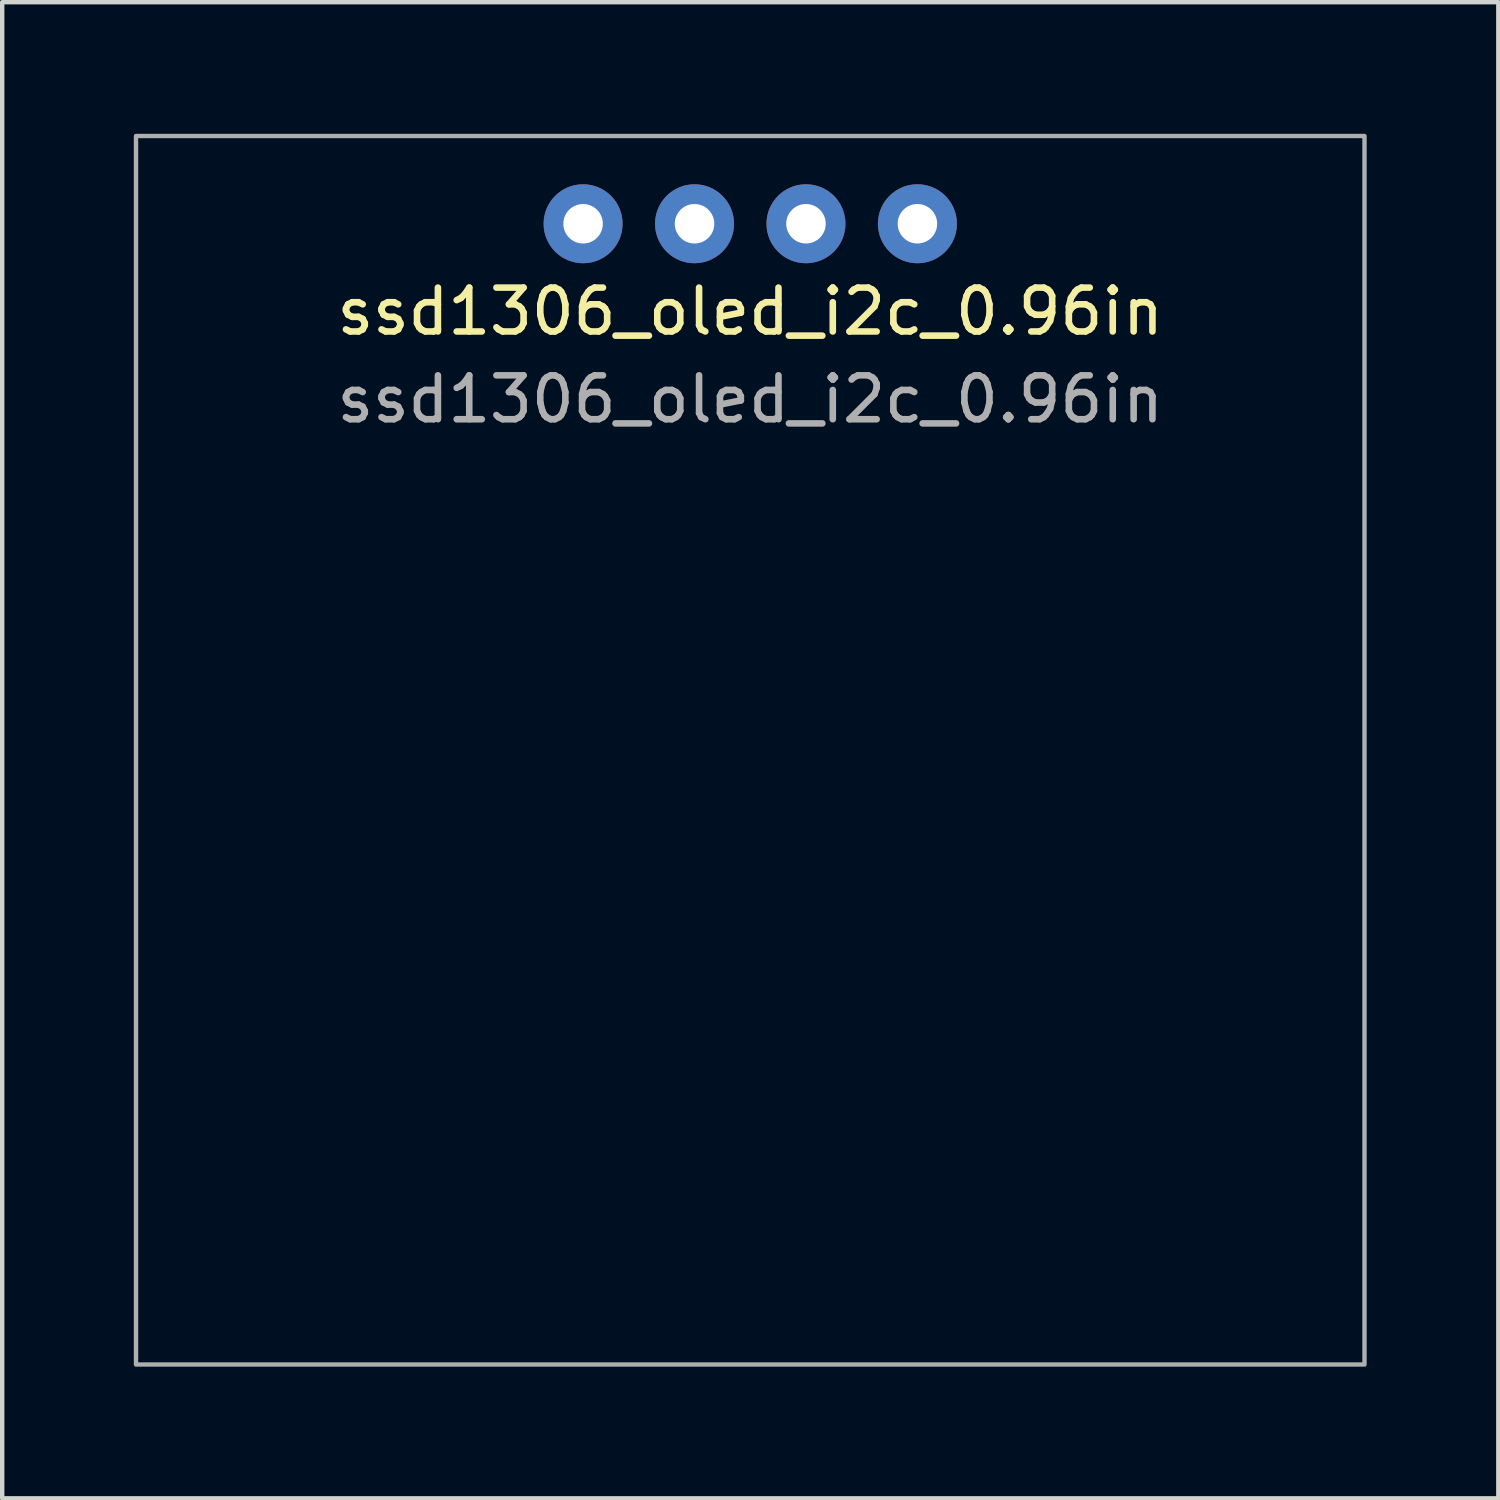
<source format=kicad_pcb>
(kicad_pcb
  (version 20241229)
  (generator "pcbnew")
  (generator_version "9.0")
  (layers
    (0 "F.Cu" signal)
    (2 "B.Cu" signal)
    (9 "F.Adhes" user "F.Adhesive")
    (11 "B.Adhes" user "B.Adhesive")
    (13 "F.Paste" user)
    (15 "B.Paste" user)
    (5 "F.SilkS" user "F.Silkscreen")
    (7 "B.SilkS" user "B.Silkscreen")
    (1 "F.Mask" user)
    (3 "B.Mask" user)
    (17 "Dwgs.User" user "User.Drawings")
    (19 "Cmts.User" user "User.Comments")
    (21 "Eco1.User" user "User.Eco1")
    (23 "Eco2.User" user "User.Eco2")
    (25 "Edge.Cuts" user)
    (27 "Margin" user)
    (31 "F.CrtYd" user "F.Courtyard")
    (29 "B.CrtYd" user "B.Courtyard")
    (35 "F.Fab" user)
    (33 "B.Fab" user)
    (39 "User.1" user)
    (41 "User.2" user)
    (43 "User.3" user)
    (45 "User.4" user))
  (footprint "ssd1306_oled_i2c_0.96in"
    (layer "F.Cu")
    (at 14.05 2.05)
    (property "Reference" "ssd1306_oled_i2c_0.96in" (at 0 2 0) (unlocked yes) (layer "F.SilkS") (effects (font (size 1 1) (thickness 0.15))))
    (attr through_hole)
    (fp_rect (start -14 -2) (end 14 26) (stroke (width 0.1) (type solid)) (fill no) (layer "F.Fab"))
    (fp_text user "${REFERENCE}" (at 0 4 0) (unlocked yes) (layer "F.Fab") (effects (font (size 1 1) (thickness 0.15))))
    (pad "1" thru_hole circle (at -3.81 0) (size 1.8 1.8) (drill 0.9) (layers "*.Cu" "*.Mask"))
    (pad "2" thru_hole circle (at -1.27 0) (size 1.8 1.8) (drill 0.9) (layers "*.Cu" "*.Mask"))
    (pad "3" thru_hole circle (at 1.27 0) (size 1.8 1.8) (drill 0.9) (layers "*.Cu" "*.Mask"))
    (pad "4" thru_hole circle (at 3.81 0) (size 1.8 1.8) (drill 0.9) (layers "*.Cu" "*.Mask")))
  (gr_rect
    (start -3 -3)
    (end 31.1 31.1)
    (stroke (width 0.1) (type default))
    (fill no)
    (layer "Edge.Cuts")))
</source>
